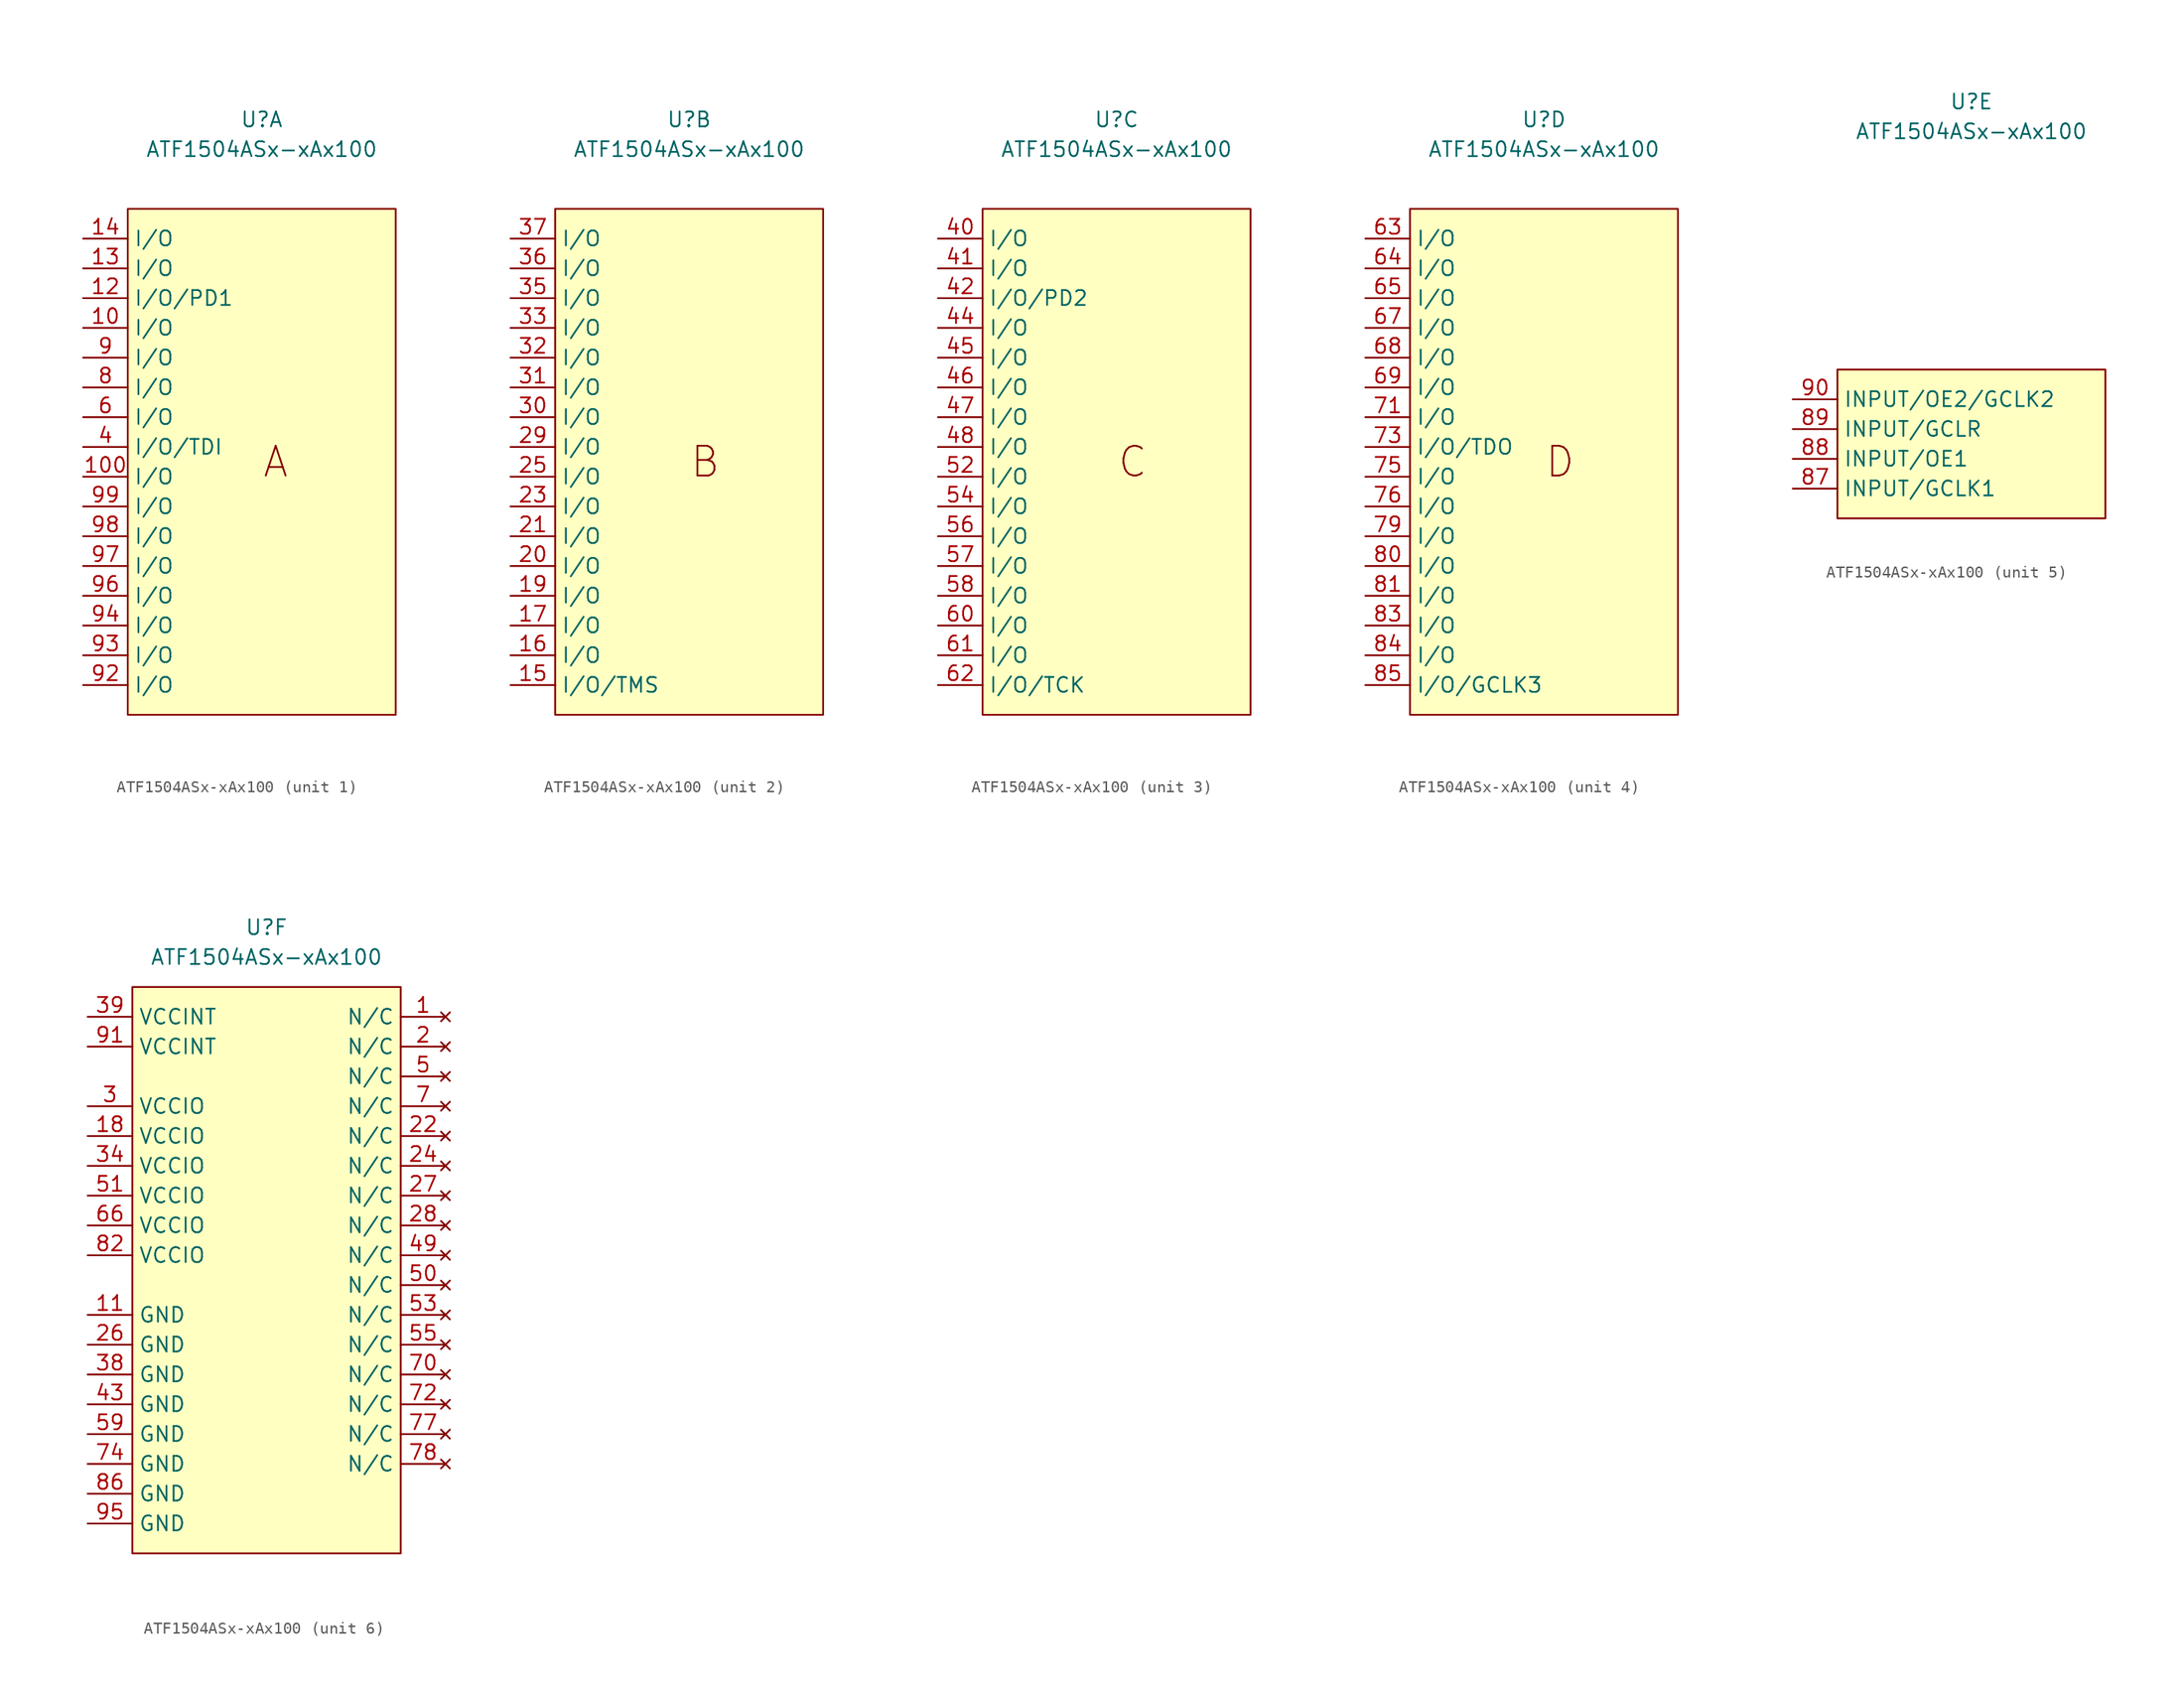
<source format=kicad_sym>
(kicad_symbol_lib
  (version 20231120)
  (generator "kicad_symbol_editor")
  (generator_version "8.0")
  (symbol "ATF1504ASx-xAx100"
    (property "Reference" "U"
      (at 0 27.94 0)
      (effects (font (size 1.27 1.27))))
    (property "Value" "ATF1504ASx-xAx100"
      (at 0 25.4 0)
      (effects (font (size 1.27 1.27))))
    (property "ki_locked" ""
      (at 0 0 0)
      (effects (font (size 1.27 1.27))))
    (symbol "ATF1504ASx-xAx100_1_0"
      (pin bidirectional line (at -15.24 10.16 0) (length 3.81) (name "I/O" (effects (font (size 1.27 1.27)))) (number "10" (effects (font (size 1.27 1.27)))))
      (pin bidirectional line (at -15.24 -2.54 0) (length 3.81) (name "I/O" (effects (font (size 1.27 1.27)))) (number "100" (effects (font (size 1.27 1.27)))))
      (pin bidirectional line (at -15.24 12.7 0) (length 3.81) (name "I/O/PD1" (effects (font (size 1.27 1.27)))) (number "12" (effects (font (size 1.27 1.27)))))
      (pin bidirectional line (at -15.24 15.24 0) (length 3.81) (name "I/O" (effects (font (size 1.27 1.27)))) (number "13" (effects (font (size 1.27 1.27)))))
      (pin bidirectional line (at -15.24 17.78 0) (length 3.81) (name "I/O" (effects (font (size 1.27 1.27)))) (number "14" (effects (font (size 1.27 1.27)))))
      (pin bidirectional line (at -15.24 0 0) (length 3.81) (name "I/O/TDI" (effects (font (size 1.27 1.27)))) (number "4" (effects (font (size 1.27 1.27)))))
      (pin bidirectional line (at -15.24 2.54 0) (length 3.81) (name "I/O" (effects (font (size 1.27 1.27)))) (number "6" (effects (font (size 1.27 1.27)))))
      (pin bidirectional line (at -15.24 5.08 0) (length 3.81) (name "I/O" (effects (font (size 1.27 1.27)))) (number "8" (effects (font (size 1.27 1.27)))))
      (pin bidirectional line (at -15.24 7.62 0) (length 3.81) (name "I/O" (effects (font (size 1.27 1.27)))) (number "9" (effects (font (size 1.27 1.27)))))
      (pin bidirectional line (at -15.24 -20.32 0) (length 3.81) (name "I/O" (effects (font (size 1.27 1.27)))) (number "92" (effects (font (size 1.27 1.27)))))
      (pin bidirectional line (at -15.24 -17.78 0) (length 3.81) (name "I/O" (effects (font (size 1.27 1.27)))) (number "93" (effects (font (size 1.27 1.27)))))
      (pin bidirectional line (at -15.24 -15.24 0) (length 3.81) (name "I/O" (effects (font (size 1.27 1.27)))) (number "94" (effects (font (size 1.27 1.27)))))
      (pin bidirectional line (at -15.24 -12.7 0) (length 3.81) (name "I/O" (effects (font (size 1.27 1.27)))) (number "96" (effects (font (size 1.27 1.27)))))
      (pin bidirectional line (at -15.24 -10.16 0) (length 3.81) (name "I/O" (effects (font (size 1.27 1.27)))) (number "97" (effects (font (size 1.27 1.27)))))
      (pin bidirectional line (at -15.24 -7.62 0) (length 3.81) (name "I/O" (effects (font (size 1.27 1.27)))) (number "98" (effects (font (size 1.27 1.27)))))
      (pin bidirectional line (at -15.24 -5.08 0) (length 3.81) (name "I/O" (effects (font (size 1.27 1.27)))) (number "99" (effects (font (size 1.27 1.27))))))
    (symbol "ATF1504ASx-xAx100_1_1"
      (rectangle (start -11.43 20.32) (end 11.43 -22.86) (stroke (width 0) (type default)) (fill (type background)))
      (text "A" (at 0 -1.27 0) (effects (font (size 2.54 2.54)) (justify left))))
    (symbol "ATF1504ASx-xAx100_2_0"
      (pin bidirectional line (at -15.24 -20.32 0) (length 3.81) (name "I/O/TMS" (effects (font (size 1.27 1.27)))) (number "15" (effects (font (size 1.27 1.27)))))
      (pin bidirectional line (at -15.24 -17.78 0) (length 3.81) (name "I/O" (effects (font (size 1.27 1.27)))) (number "16" (effects (font (size 1.27 1.27)))))
      (pin bidirectional line (at -15.24 -15.24 0) (length 3.81) (name "I/O" (effects (font (size 1.27 1.27)))) (number "17" (effects (font (size 1.27 1.27)))))
      (pin bidirectional line (at -15.24 -12.7 0) (length 3.81) (name "I/O" (effects (font (size 1.27 1.27)))) (number "19" (effects (font (size 1.27 1.27)))))
      (pin bidirectional line (at -15.24 -10.16 0) (length 3.81) (name "I/O" (effects (font (size 1.27 1.27)))) (number "20" (effects (font (size 1.27 1.27)))))
      (pin bidirectional line (at -15.24 -7.62 0) (length 3.81) (name "I/O" (effects (font (size 1.27 1.27)))) (number "21" (effects (font (size 1.27 1.27)))))
      (pin bidirectional line (at -15.24 -5.08 0) (length 3.81) (name "I/O" (effects (font (size 1.27 1.27)))) (number "23" (effects (font (size 1.27 1.27)))))
      (pin bidirectional line (at -15.24 -2.54 0) (length 3.81) (name "I/O" (effects (font (size 1.27 1.27)))) (number "25" (effects (font (size 1.27 1.27)))))
      (pin bidirectional line (at -15.24 0 0) (length 3.81) (name "I/O" (effects (font (size 1.27 1.27)))) (number "29" (effects (font (size 1.27 1.27)))))
      (pin bidirectional line (at -15.24 2.54 0) (length 3.81) (name "I/O" (effects (font (size 1.27 1.27)))) (number "30" (effects (font (size 1.27 1.27)))))
      (pin bidirectional line (at -15.24 5.08 0) (length 3.81) (name "I/O" (effects (font (size 1.27 1.27)))) (number "31" (effects (font (size 1.27 1.27)))))
      (pin bidirectional line (at -15.24 7.62 0) (length 3.81) (name "I/O" (effects (font (size 1.27 1.27)))) (number "32" (effects (font (size 1.27 1.27)))))
      (pin bidirectional line (at -15.24 10.16 0) (length 3.81) (name "I/O" (effects (font (size 1.27 1.27)))) (number "33" (effects (font (size 1.27 1.27)))))
      (pin bidirectional line (at -15.24 12.7 0) (length 3.81) (name "I/O" (effects (font (size 1.27 1.27)))) (number "35" (effects (font (size 1.27 1.27)))))
      (pin bidirectional line (at -15.24 15.24 0) (length 3.81) (name "I/O" (effects (font (size 1.27 1.27)))) (number "36" (effects (font (size 1.27 1.27)))))
      (pin bidirectional line (at -15.24 17.78 0) (length 3.81) (name "I/O" (effects (font (size 1.27 1.27)))) (number "37" (effects (font (size 1.27 1.27))))))
    (symbol "ATF1504ASx-xAx100_2_1"
      (rectangle (start -11.43 20.32) (end 11.43 -22.86) (stroke (width 0) (type default)) (fill (type background)))
      (text "B" (at 0 -1.27 0) (effects (font (size 2.54 2.54)) (justify left))))
    (symbol "ATF1504ASx-xAx100_3_0"
      (pin bidirectional line (at -15.24 17.78 0) (length 3.81) (name "I/O" (effects (font (size 1.27 1.27)))) (number "40" (effects (font (size 1.27 1.27)))))
      (pin bidirectional line (at -15.24 15.24 0) (length 3.81) (name "I/O" (effects (font (size 1.27 1.27)))) (number "41" (effects (font (size 1.27 1.27)))))
      (pin bidirectional line (at -15.24 12.7 0) (length 3.81) (name "I/O/PD2" (effects (font (size 1.27 1.27)))) (number "42" (effects (font (size 1.27 1.27)))))
      (pin bidirectional line (at -15.24 10.16 0) (length 3.81) (name "I/O" (effects (font (size 1.27 1.27)))) (number "44" (effects (font (size 1.27 1.27)))))
      (pin bidirectional line (at -15.24 7.62 0) (length 3.81) (name "I/O" (effects (font (size 1.27 1.27)))) (number "45" (effects (font (size 1.27 1.27)))))
      (pin bidirectional line (at -15.24 5.08 0) (length 3.81) (name "I/O" (effects (font (size 1.27 1.27)))) (number "46" (effects (font (size 1.27 1.27)))))
      (pin bidirectional line (at -15.24 2.54 0) (length 3.81) (name "I/O" (effects (font (size 1.27 1.27)))) (number "47" (effects (font (size 1.27 1.27)))))
      (pin bidirectional line (at -15.24 0 0) (length 3.81) (name "I/O" (effects (font (size 1.27 1.27)))) (number "48" (effects (font (size 1.27 1.27)))))
      (pin bidirectional line (at -15.24 -2.54 0) (length 3.81) (name "I/O" (effects (font (size 1.27 1.27)))) (number "52" (effects (font (size 1.27 1.27)))))
      (pin bidirectional line (at -15.24 -5.08 0) (length 3.81) (name "I/O" (effects (font (size 1.27 1.27)))) (number "54" (effects (font (size 1.27 1.27)))))
      (pin bidirectional line (at -15.24 -7.62 0) (length 3.81) (name "I/O" (effects (font (size 1.27 1.27)))) (number "56" (effects (font (size 1.27 1.27)))))
      (pin bidirectional line (at -15.24 -10.16 0) (length 3.81) (name "I/O" (effects (font (size 1.27 1.27)))) (number "57" (effects (font (size 1.27 1.27)))))
      (pin bidirectional line (at -15.24 -12.7 0) (length 3.81) (name "I/O" (effects (font (size 1.27 1.27)))) (number "58" (effects (font (size 1.27 1.27)))))
      (pin bidirectional line (at -15.24 -15.24 0) (length 3.81) (name "I/O" (effects (font (size 1.27 1.27)))) (number "60" (effects (font (size 1.27 1.27)))))
      (pin bidirectional line (at -15.24 -17.78 0) (length 3.81) (name "I/O" (effects (font (size 1.27 1.27)))) (number "61" (effects (font (size 1.27 1.27)))))
      (pin bidirectional line (at -15.24 -20.32 0) (length 3.81) (name "I/O/TCK" (effects (font (size 1.27 1.27)))) (number "62" (effects (font (size 1.27 1.27))))))
    (symbol "ATF1504ASx-xAx100_3_1"
      (rectangle (start -11.43 20.32) (end 11.43 -22.86) (stroke (width 0) (type default)) (fill (type background)))
      (text "C" (at 0 -1.27 0) (effects (font (size 2.54 2.54)) (justify left))))
    (symbol "ATF1504ASx-xAx100_4_0"
      (pin bidirectional line (at -15.24 17.78 0) (length 3.81) (name "I/O" (effects (font (size 1.27 1.27)))) (number "63" (effects (font (size 1.27 1.27)))))
      (pin bidirectional line (at -15.24 15.24 0) (length 3.81) (name "I/O" (effects (font (size 1.27 1.27)))) (number "64" (effects (font (size 1.27 1.27)))))
      (pin bidirectional line (at -15.24 12.7 0) (length 3.81) (name "I/O" (effects (font (size 1.27 1.27)))) (number "65" (effects (font (size 1.27 1.27)))))
      (pin bidirectional line (at -15.24 10.16 0) (length 3.81) (name "I/O" (effects (font (size 1.27 1.27)))) (number "67" (effects (font (size 1.27 1.27)))))
      (pin bidirectional line (at -15.24 7.62 0) (length 3.81) (name "I/O" (effects (font (size 1.27 1.27)))) (number "68" (effects (font (size 1.27 1.27)))))
      (pin bidirectional line (at -15.24 5.08 0) (length 3.81) (name "I/O" (effects (font (size 1.27 1.27)))) (number "69" (effects (font (size 1.27 1.27)))))
      (pin bidirectional line (at -15.24 2.54 0) (length 3.81) (name "I/O" (effects (font (size 1.27 1.27)))) (number "71" (effects (font (size 1.27 1.27)))))
      (pin bidirectional line (at -15.24 0 0) (length 3.81) (name "I/O/TDO" (effects (font (size 1.27 1.27)))) (number "73" (effects (font (size 1.27 1.27)))))
      (pin bidirectional line (at -15.24 -2.54 0) (length 3.81) (name "I/O" (effects (font (size 1.27 1.27)))) (number "75" (effects (font (size 1.27 1.27)))))
      (pin bidirectional line (at -15.24 -5.08 0) (length 3.81) (name "I/O" (effects (font (size 1.27 1.27)))) (number "76" (effects (font (size 1.27 1.27)))))
      (pin bidirectional line (at -15.24 -7.62 0) (length 3.81) (name "I/O" (effects (font (size 1.27 1.27)))) (number "79" (effects (font (size 1.27 1.27)))))
      (pin bidirectional line (at -15.24 -10.16 0) (length 3.81) (name "I/O" (effects (font (size 1.27 1.27)))) (number "80" (effects (font (size 1.27 1.27)))))
      (pin bidirectional line (at -15.24 -12.7 0) (length 3.81) (name "I/O" (effects (font (size 1.27 1.27)))) (number "81" (effects (font (size 1.27 1.27)))))
      (pin bidirectional line (at -15.24 -15.24 0) (length 3.81) (name "I/O" (effects (font (size 1.27 1.27)))) (number "83" (effects (font (size 1.27 1.27)))))
      (pin bidirectional line (at -15.24 -17.78 0) (length 3.81) (name "I/O" (effects (font (size 1.27 1.27)))) (number "84" (effects (font (size 1.27 1.27)))))
      (pin bidirectional line (at -15.24 -20.32 0) (length 3.81) (name "I/O/GCLK3" (effects (font (size 1.27 1.27)))) (number "85" (effects (font (size 1.27 1.27))))))
    (symbol "ATF1504ASx-xAx100_4_1"
      (rectangle (start -11.43 20.32) (end 11.43 -22.86) (stroke (width 0) (type default)) (fill (type background)))
      (text "D" (at 0 -1.27 0) (effects (font (size 2.54 2.54)) (justify left))))
    (symbol "ATF1504ASx-xAx100_5_0"
      (pin input line (at -15.24 -5.08 0) (length 3.81) (name "INPUT/GCLK1" (effects (font (size 1.27 1.27)))) (number "87" (effects (font (size 1.27 1.27)))))
      (pin input line (at -15.24 -2.54 0) (length 3.81) (name "INPUT/OE1" (effects (font (size 1.27 1.27)))) (number "88" (effects (font (size 1.27 1.27)))))
      (pin input line (at -15.24 0 0) (length 3.81) (name "INPUT/GCLR" (effects (font (size 1.27 1.27)))) (number "89" (effects (font (size 1.27 1.27)))))
      (pin input line (at -15.24 2.54 0) (length 3.81) (name "INPUT/OE2/GCLK2" (effects (font (size 1.27 1.27)))) (number "90" (effects (font (size 1.27 1.27))))))
    (symbol "ATF1504ASx-xAx100_5_1"
      (rectangle (start -11.43 5.08) (end 11.43 -7.62) (stroke (width 0) (type default)) (fill (type background))))
    (symbol "ATF1504ASx-xAx100_6_0"
      (pin no_connect line (at 15.24 20.32 180) (length 3.81) (name "N/C" (effects (font (size 1.27 1.27)))) (number "1" (effects (font (size 1.27 1.27)))))
      (pin power_in line (at -15.24 -5.08 0) (length 3.81) (name "GND" (effects (font (size 1.27 1.27)))) (number "11" (effects (font (size 1.27 1.27)))))
      (pin power_in line (at -15.24 10.16 0) (length 3.81) (name "VCCIO" (effects (font (size 1.27 1.27)))) (number "18" (effects (font (size 1.27 1.27)))))
      (pin no_connect line (at 15.24 17.78 180) (length 3.81) (name "N/C" (effects (font (size 1.27 1.27)))) (number "2" (effects (font (size 1.27 1.27)))))
      (pin no_connect line (at 15.24 10.16 180) (length 3.81) (name "N/C" (effects (font (size 1.27 1.27)))) (number "22" (effects (font (size 1.27 1.27)))))
      (pin no_connect line (at 15.24 7.62 180) (length 3.81) (name "N/C" (effects (font (size 1.27 1.27)))) (number "24" (effects (font (size 1.27 1.27)))))
      (pin power_in line (at -15.24 -7.62 0) (length 3.81) (name "GND" (effects (font (size 1.27 1.27)))) (number "26" (effects (font (size 1.27 1.27)))))
      (pin no_connect line (at 15.24 5.08 180) (length 3.81) (name "N/C" (effects (font (size 1.27 1.27)))) (number "27" (effects (font (size 1.27 1.27)))))
      (pin no_connect line (at 15.24 2.54 180) (length 3.81) (name "N/C" (effects (font (size 1.27 1.27)))) (number "28" (effects (font (size 1.27 1.27)))))
      (pin power_in line (at -15.24 12.7 0) (length 3.81) (name "VCCIO" (effects (font (size 1.27 1.27)))) (number "3" (effects (font (size 1.27 1.27)))))
      (pin power_in line (at -15.24 7.62 0) (length 3.81) (name "VCCIO" (effects (font (size 1.27 1.27)))) (number "34" (effects (font (size 1.27 1.27)))))
      (pin power_in line (at -15.24 -10.16 0) (length 3.81) (name "GND" (effects (font (size 1.27 1.27)))) (number "38" (effects (font (size 1.27 1.27)))))
      (pin power_in line (at -15.24 20.32 0) (length 3.81) (name "VCCINT" (effects (font (size 1.27 1.27)))) (number "39" (effects (font (size 1.27 1.27)))))
      (pin power_in line (at -15.24 -12.7 0) (length 3.81) (name "GND" (effects (font (size 1.27 1.27)))) (number "43" (effects (font (size 1.27 1.27)))))
      (pin no_connect line (at 15.24 0 180) (length 3.81) (name "N/C" (effects (font (size 1.27 1.27)))) (number "49" (effects (font (size 1.27 1.27)))))
      (pin no_connect line (at 15.24 15.24 180) (length 3.81) (name "N/C" (effects (font (size 1.27 1.27)))) (number "5" (effects (font (size 1.27 1.27)))))
      (pin no_connect line (at 15.24 -2.54 180) (length 3.81) (name "N/C" (effects (font (size 1.27 1.27)))) (number "50" (effects (font (size 1.27 1.27)))))
      (pin power_in line (at -15.24 5.08 0) (length 3.81) (name "VCCIO" (effects (font (size 1.27 1.27)))) (number "51" (effects (font (size 1.27 1.27)))))
      (pin no_connect line (at 15.24 -5.08 180) (length 3.81) (name "N/C" (effects (font (size 1.27 1.27)))) (number "53" (effects (font (size 1.27 1.27)))))
      (pin no_connect line (at 15.24 -7.62 180) (length 3.81) (name "N/C" (effects (font (size 1.27 1.27)))) (number "55" (effects (font (size 1.27 1.27)))))
      (pin power_in line (at -15.24 -15.24 0) (length 3.81) (name "GND" (effects (font (size 1.27 1.27)))) (number "59" (effects (font (size 1.27 1.27)))))
      (pin power_in line (at -15.24 2.54 0) (length 3.81) (name "VCCIO" (effects (font (size 1.27 1.27)))) (number "66" (effects (font (size 1.27 1.27)))))
      (pin no_connect line (at 15.24 12.7 180) (length 3.81) (name "N/C" (effects (font (size 1.27 1.27)))) (number "7" (effects (font (size 1.27 1.27)))))
      (pin no_connect line (at 15.24 -10.16 180) (length 3.81) (name "N/C" (effects (font (size 1.27 1.27)))) (number "70" (effects (font (size 1.27 1.27)))))
      (pin no_connect line (at 15.24 -12.7 180) (length 3.81) (name "N/C" (effects (font (size 1.27 1.27)))) (number "72" (effects (font (size 1.27 1.27)))))
      (pin power_in line (at -15.24 -17.78 0) (length 3.81) (name "GND" (effects (font (size 1.27 1.27)))) (number "74" (effects (font (size 1.27 1.27)))))
      (pin no_connect line (at 15.24 -15.24 180) (length 3.81) (name "N/C" (effects (font (size 1.27 1.27)))) (number "77" (effects (font (size 1.27 1.27)))))
      (pin no_connect line (at 15.24 -17.78 180) (length 3.81) (name "N/C" (effects (font (size 1.27 1.27)))) (number "78" (effects (font (size 1.27 1.27)))))
      (pin power_in line (at -15.24 0 0) (length 3.81) (name "VCCIO" (effects (font (size 1.27 1.27)))) (number "82" (effects (font (size 1.27 1.27)))))
      (pin power_in line (at -15.24 -20.32 0) (length 3.81) (name "GND" (effects (font (size 1.27 1.27)))) (number "86" (effects (font (size 1.27 1.27)))))
      (pin power_in line (at -15.24 17.78 0) (length 3.81) (name "VCCINT" (effects (font (size 1.27 1.27)))) (number "91" (effects (font (size 1.27 1.27)))))
      (pin power_in line (at -15.24 -22.86 0) (length 3.81) (name "GND" (effects (font (size 1.27 1.27)))) (number "95" (effects (font (size 1.27 1.27))))))
    (symbol "ATF1504ASx-xAx100_6_1"
      (rectangle (start -11.43 22.86) (end 11.43 -25.4) (stroke (width 0) (type default)) (fill (type background))))))
</source>
